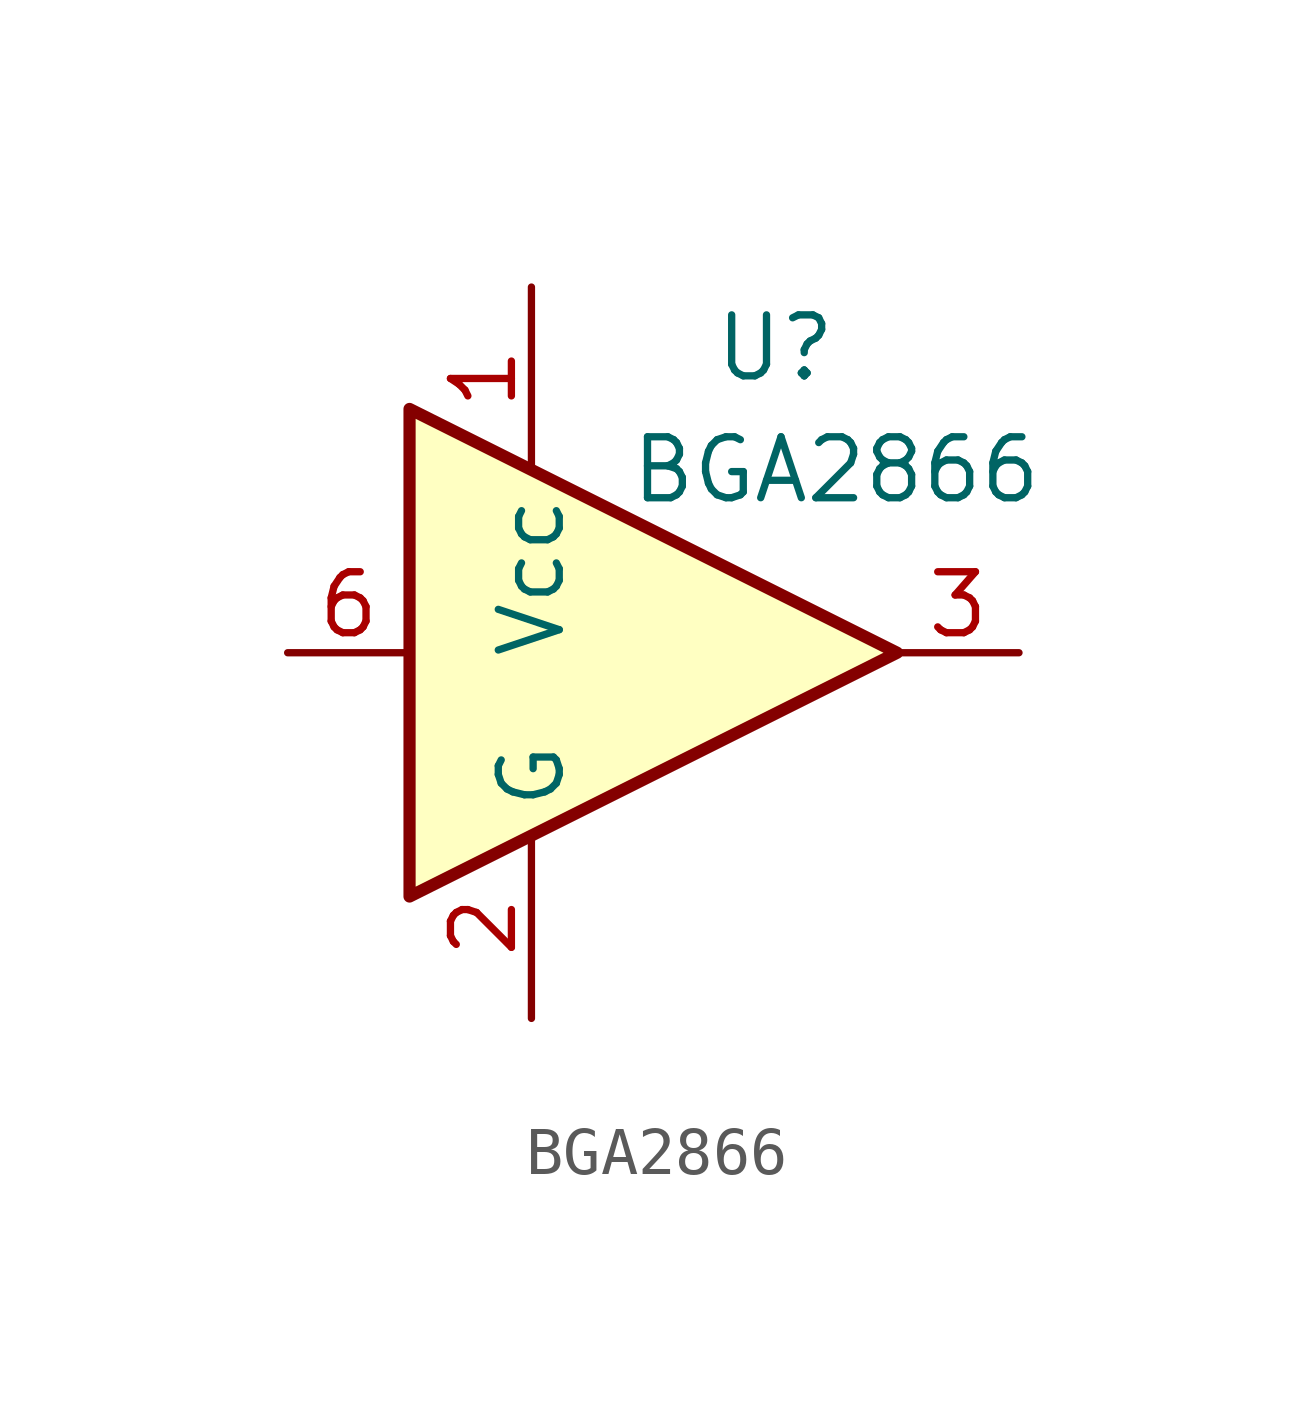
<source format=kicad_sym>
(kicad_symbol_lib
  (version 20201005)
  (generator kicad_symbol_editor)
  (symbol "BGA2866"
    (property "Reference" "U"
      (at 2.54 6.35 0)
      (effects (font (size 1.27 1.27))))
    (property "Value" "BGA2866"
      (at 3.81 3.81 0)
      (effects (font (size 1.27 1.27))))
    (symbol "BGA2866_0_1"
      (polyline (pts (xy 5.08 0) (xy -5.08 5.08) (xy -5.08 -5.08) (xy 5.08 0)) (stroke (width 0.254)) (fill (type background))))
    (symbol "BGA2866_1_1"
      (pin power_in line (at -2.54 7.62 270) (length 3.81) (name "Vcc" (effects (font (size 1.27 1.27)))) (number "1" (effects (font (size 1.27 1.27)))))
      (pin power_in line (at -2.54 -7.62 90) (length 3.81) (name "G" (effects (font (size 1.27 1.27)))) (number "2" (effects (font (size 1.27 1.27)))))
      (pin output line (at 7.62 0 180) (length 2.54) (name "~" (effects (font (size 1.27 1.27)))) (number "3" (effects (font (size 1.27 1.27)))))
      (pin passive line (at -2.54 -7.62 90) (length 3.81) hide (name "G" (effects (font (size 1.27 1.27)))) (number "4" (effects (font (size 1.27 1.27)))))
      (pin passive line (at -2.54 -7.62 90) (length 3.81) hide (name "G" (effects (font (size 1.27 1.27)))) (number "5" (effects (font (size 1.27 1.27)))))
      (pin input line (at -7.62 0 0) (length 2.54) (name "~" (effects (font (size 1.27 1.27)))) (number "6" (effects (font (size 1.27 1.27))))))))
</source>
